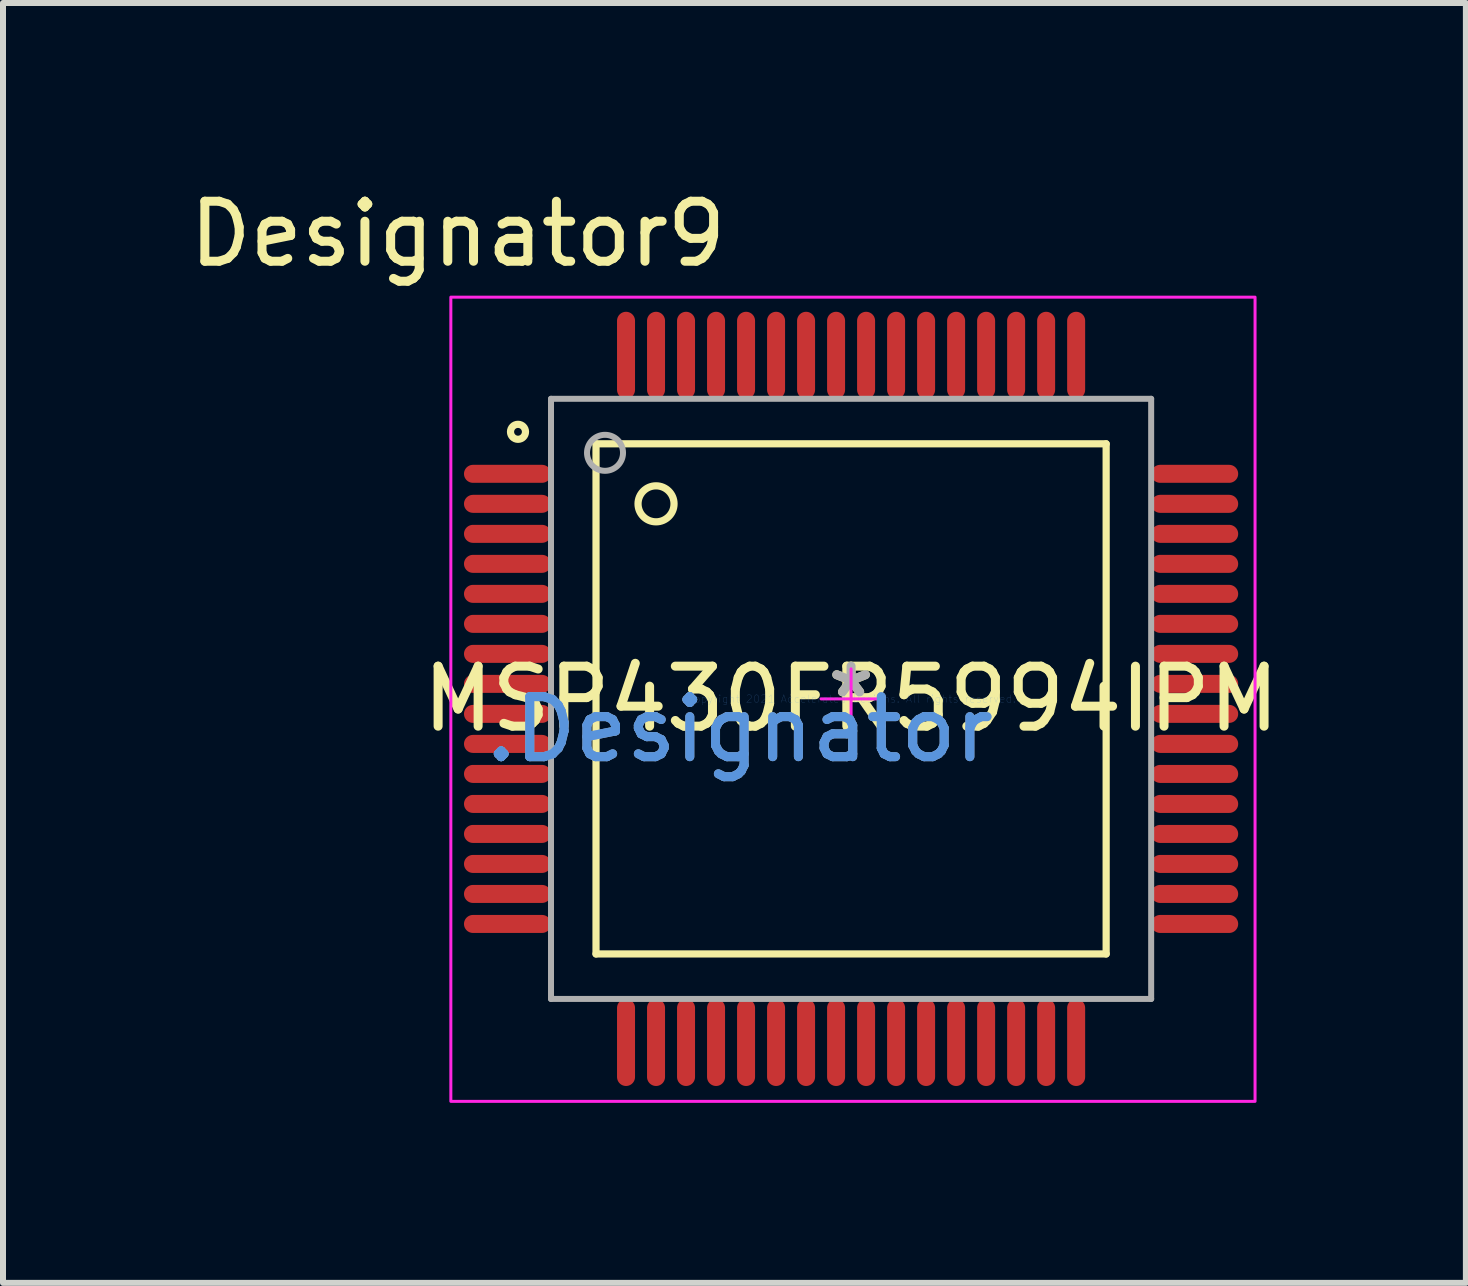
<source format=kicad_pcb>
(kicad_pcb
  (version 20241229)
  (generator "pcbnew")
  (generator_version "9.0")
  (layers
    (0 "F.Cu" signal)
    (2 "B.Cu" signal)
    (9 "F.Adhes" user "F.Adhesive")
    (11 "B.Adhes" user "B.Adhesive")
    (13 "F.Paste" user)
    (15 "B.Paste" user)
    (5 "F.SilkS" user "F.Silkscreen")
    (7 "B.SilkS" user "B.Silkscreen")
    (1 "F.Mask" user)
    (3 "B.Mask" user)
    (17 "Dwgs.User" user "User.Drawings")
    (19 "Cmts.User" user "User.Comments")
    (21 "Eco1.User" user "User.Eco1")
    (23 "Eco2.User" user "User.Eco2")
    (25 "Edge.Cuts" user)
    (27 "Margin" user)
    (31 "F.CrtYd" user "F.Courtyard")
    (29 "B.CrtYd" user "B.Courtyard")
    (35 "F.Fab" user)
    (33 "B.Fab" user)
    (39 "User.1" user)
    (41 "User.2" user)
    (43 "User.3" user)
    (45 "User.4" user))
  (footprint "MSP430FR5994IPM"
    (layer "F.Cu")
    (at 11.131 8.595)
    (property "Reference" "MSP430FR5994IPM" (at 0 0 0) (layer "F.SilkS") (effects (font (size 1 1) (thickness 0.15))))
    (attr through_hole)
    (fp_line (start -4.25 -4.25) (end 4.25 -4.25) (stroke (width 0.12) (type solid)) (layer "F.SilkS"))
    (fp_line (start -4.25 4.25) (end -4.25 -4.25) (stroke (width 0.12) (type solid)) (layer "F.SilkS"))
    (fp_line (start -4.25 4.25) (end 4.25 4.25) (stroke (width 0.12) (type solid)) (layer "F.SilkS"))
    (fp_line (start 4.25 4.25) (end 4.25 -4.25) (stroke (width 0.12) (type solid)) (layer "F.SilkS"))
    (fp_circle (center -5.55 -4.45) (end -5.425 -4.45) (stroke (width 0.12) (type solid)) (fill no) (layer "F.SilkS"))
    (fp_circle (center -3.25 -3.25) (end -2.95 -3.25) (stroke (width 0.12) (type solid)) (fill no) (layer "F.SilkS"))
    (fp_line (start -0.5 0) (end 0.5 0) (stroke (width 0.05) (type solid)) (layer "F.CrtYd"))
    (fp_line (start 0 0.5) (end 0 -0.5) (stroke (width 0.05) (type solid)) (layer "F.CrtYd"))
    (fp_rect (start -6.669 -6.694) (end 6.731 6.706) (stroke (width 0.05) (type solid)) (fill no) (layer "F.CrtYd"))
    (fp_line (start -5 -5) (end 5 -5) (stroke (width 0.1) (type solid)) (layer "F.Fab"))
    (fp_line (start -5 5) (end -5 -5) (stroke (width 0.1) (type solid)) (layer "F.Fab"))
    (fp_line (start -5 5) (end 5 5) (stroke (width 0.1) (type solid)) (layer "F.Fab"))
    (fp_line (start 5 5) (end 5 -5) (stroke (width 0.1) (type solid)) (layer "F.Fab"))
    (fp_circle (center -4.1 -4.1) (end -3.8 -4.1) (stroke (width 0.1) (type solid)) (fill no) (layer "F.Fab"))
    (fp_text user "*" (at 0 0 0) (layer "F.SilkS") (effects (font (size 1 1) (thickness 0.15))))
    (fp_text user "Designator9" (at -6.553 -7.747 0) (layer "F.SilkS") (effects (font (size 1 1) (thickness 0.15))))
    (fp_text user "Copyright 2021 Accelerated Designs. All rights reserved." (at 0 0 0) (layer "Cmts.User") (effects (font (size 0.127 0.127) (thickness 0.002))))
    (fp_text user ".Designator" (at -1.854 0.508 0) (layer "Cmts.User") (effects (font (size 1 1) (thickness 0.15))))
    (fp_text user "*" (at 0 0 0) (layer "F.Fab") (effects (font (size 1 1) (thickness 0.15))))
    (fp_text user ".Designator" (at -1.854 0.508 0) (layer "F.Fab") (effects (font (size 1 1) (thickness 0.15))))
    (pad "1" smd oval (at -5.725 -3.75 90) (size 0.3 1.45) (layers "F.Cu" "F.Mask" "F.Paste"))
    (pad "2" smd oval (at -5.725 -3.25 90) (size 0.3 1.45) (layers "F.Cu" "F.Mask" "F.Paste"))
    (pad "3" smd oval (at -5.725 -2.75 90) (size 0.3 1.45) (layers "F.Cu" "F.Mask" "F.Paste"))
    (pad "4" smd oval (at -5.725 -2.25 90) (size 0.3 1.45) (layers "F.Cu" "F.Mask" "F.Paste"))
    (pad "5" smd oval (at -5.725 -1.75 90) (size 0.3 1.45) (layers "F.Cu" "F.Mask" "F.Paste"))
    (pad "6" smd oval (at -5.725 -1.25 90) (size 0.3 1.45) (layers "F.Cu" "F.Mask" "F.Paste"))
    (pad "7" smd oval (at -5.725 -0.75 90) (size 0.3 1.45) (layers "F.Cu" "F.Mask" "F.Paste"))
    (pad "8" smd oval (at -5.725 -0.25 90) (size 0.3 1.45) (layers "F.Cu" "F.Mask" "F.Paste"))
    (pad "9" smd oval (at -5.725 0.25 90) (size 0.3 1.45) (layers "F.Cu" "F.Mask" "F.Paste"))
    (pad "10" smd oval (at -5.725 0.75 90) (size 0.3 1.45) (layers "F.Cu" "F.Mask" "F.Paste"))
    (pad "11" smd oval (at -5.725 1.25 90) (size 0.3 1.45) (layers "F.Cu" "F.Mask" "F.Paste"))
    (pad "12" smd oval (at -5.725 1.75 90) (size 0.3 1.45) (layers "F.Cu" "F.Mask" "F.Paste"))
    (pad "13" smd oval (at -5.725 2.25 90) (size 0.3 1.45) (layers "F.Cu" "F.Mask" "F.Paste"))
    (pad "14" smd oval (at -5.725 2.75 90) (size 0.3 1.45) (layers "F.Cu" "F.Mask" "F.Paste"))
    (pad "15" smd oval (at -5.725 3.25 90) (size 0.3 1.45) (layers "F.Cu" "F.Mask" "F.Paste"))
    (pad "16" smd oval (at -5.725 3.75 90) (size 0.3 1.45) (layers "F.Cu" "F.Mask" "F.Paste"))
    (pad "17" smd oval (at -3.75 5.725) (size 0.3 1.45) (layers "F.Cu" "F.Mask" "F.Paste"))
    (pad "18" smd oval (at -3.25 5.725) (size 0.3 1.45) (layers "F.Cu" "F.Mask" "F.Paste"))
    (pad "19" smd oval (at -2.75 5.725) (size 0.3 1.45) (layers "F.Cu" "F.Mask" "F.Paste"))
    (pad "20" smd oval (at -2.25 5.725) (size 0.3 1.45) (layers "F.Cu" "F.Mask" "F.Paste"))
    (pad "21" smd oval (at -1.75 5.725) (size 0.3 1.45) (layers "F.Cu" "F.Mask" "F.Paste"))
    (pad "22" smd oval (at -1.25 5.725) (size 0.3 1.45) (layers "F.Cu" "F.Mask" "F.Paste"))
    (pad "23" smd oval (at -0.75 5.725) (size 0.3 1.45) (layers "F.Cu" "F.Mask" "F.Paste"))
    (pad "24" smd oval (at -0.25 5.725) (size 0.3 1.45) (layers "F.Cu" "F.Mask" "F.Paste"))
    (pad "25" smd oval (at 0.25 5.725) (size 0.3 1.45) (layers "F.Cu" "F.Mask" "F.Paste"))
    (pad "26" smd oval (at 0.75 5.725) (size 0.3 1.45) (layers "F.Cu" "F.Mask" "F.Paste"))
    (pad "27" smd oval (at 1.25 5.725) (size 0.3 1.45) (layers "F.Cu" "F.Mask" "F.Paste"))
    (pad "28" smd oval (at 1.75 5.725) (size 0.3 1.45) (layers "F.Cu" "F.Mask" "F.Paste"))
    (pad "29" smd oval (at 2.25 5.725) (size 0.3 1.45) (layers "F.Cu" "F.Mask" "F.Paste"))
    (pad "30" smd oval (at 2.75 5.725) (size 0.3 1.45) (layers "F.Cu" "F.Mask" "F.Paste"))
    (pad "31" smd oval (at 3.25 5.725) (size 0.3 1.45) (layers "F.Cu" "F.Mask" "F.Paste"))
    (pad "32" smd oval (at 3.75 5.725) (size 0.3 1.45) (layers "F.Cu" "F.Mask" "F.Paste"))
    (pad "33" smd oval (at 5.725 3.75 90) (size 0.3 1.45) (layers "F.Cu" "F.Mask" "F.Paste"))
    (pad "34" smd oval (at 5.725 3.25 90) (size 0.3 1.45) (layers "F.Cu" "F.Mask" "F.Paste"))
    (pad "35" smd oval (at 5.725 2.75 90) (size 0.3 1.45) (layers "F.Cu" "F.Mask" "F.Paste"))
    (pad "36" smd oval (at 5.725 2.25 90) (size 0.3 1.45) (layers "F.Cu" "F.Mask" "F.Paste"))
    (pad "37" smd oval (at 5.725 1.75 90) (size 0.3 1.45) (layers "F.Cu" "F.Mask" "F.Paste"))
    (pad "38" smd oval (at 5.725 1.25 90) (size 0.3 1.45) (layers "F.Cu" "F.Mask" "F.Paste"))
    (pad "39" smd oval (at 5.725 0.75 90) (size 0.3 1.45) (layers "F.Cu" "F.Mask" "F.Paste"))
    (pad "40" smd oval (at 5.725 0.25 90) (size 0.3 1.45) (layers "F.Cu" "F.Mask" "F.Paste"))
    (pad "41" smd oval (at 5.725 -0.25 90) (size 0.3 1.45) (layers "F.Cu" "F.Mask" "F.Paste"))
    (pad "42" smd oval (at 5.725 -0.75 90) (size 0.3 1.45) (layers "F.Cu" "F.Mask" "F.Paste"))
    (pad "43" smd oval (at 5.725 -1.25 90) (size 0.3 1.45) (layers "F.Cu" "F.Mask" "F.Paste"))
    (pad "44" smd oval (at 5.725 -1.75 90) (size 0.3 1.45) (layers "F.Cu" "F.Mask" "F.Paste"))
    (pad "45" smd oval (at 5.725 -2.25 90) (size 0.3 1.45) (layers "F.Cu" "F.Mask" "F.Paste"))
    (pad "46" smd oval (at 5.725 -2.75 90) (size 0.3 1.45) (layers "F.Cu" "F.Mask" "F.Paste"))
    (pad "47" smd oval (at 5.725 -3.25 90) (size 0.3 1.45) (layers "F.Cu" "F.Mask" "F.Paste"))
    (pad "48" smd oval (at 5.725 -3.75 90) (size 0.3 1.45) (layers "F.Cu" "F.Mask" "F.Paste"))
    (pad "49" smd oval (at 3.75 -5.725) (size 0.3 1.45) (layers "F.Cu" "F.Mask" "F.Paste"))
    (pad "50" smd oval (at 3.25 -5.725) (size 0.3 1.45) (layers "F.Cu" "F.Mask" "F.Paste"))
    (pad "51" smd oval (at 2.75 -5.725) (size 0.3 1.45) (layers "F.Cu" "F.Mask" "F.Paste"))
    (pad "52" smd oval (at 2.25 -5.725) (size 0.3 1.45) (layers "F.Cu" "F.Mask" "F.Paste"))
    (pad "53" smd oval (at 1.75 -5.725) (size 0.3 1.45) (layers "F.Cu" "F.Mask" "F.Paste"))
    (pad "54" smd oval (at 1.25 -5.725) (size 0.3 1.45) (layers "F.Cu" "F.Mask" "F.Paste"))
    (pad "55" smd oval (at 0.75 -5.725) (size 0.3 1.45) (layers "F.Cu" "F.Mask" "F.Paste"))
    (pad "56" smd oval (at 0.25 -5.725) (size 0.3 1.45) (layers "F.Cu" "F.Mask" "F.Paste"))
    (pad "57" smd oval (at -0.25 -5.725) (size 0.3 1.45) (layers "F.Cu" "F.Mask" "F.Paste"))
    (pad "58" smd oval (at -0.75 -5.725) (size 0.3 1.45) (layers "F.Cu" "F.Mask" "F.Paste"))
    (pad "59" smd oval (at -1.25 -5.725) (size 0.3 1.45) (layers "F.Cu" "F.Mask" "F.Paste"))
    (pad "60" smd oval (at -1.75 -5.725) (size 0.3 1.45) (layers "F.Cu" "F.Mask" "F.Paste"))
    (pad "61" smd oval (at -2.25 -5.725) (size 0.3 1.45) (layers "F.Cu" "F.Mask" "F.Paste"))
    (pad "62" smd oval (at -2.75 -5.725) (size 0.3 1.45) (layers "F.Cu" "F.Mask" "F.Paste"))
    (pad "63" smd oval (at -3.25 -5.725) (size 0.3 1.45) (layers "F.Cu" "F.Mask" "F.Paste"))
    (pad "64" smd oval (at -3.75 -5.725) (size 0.3 1.45) (layers "F.Cu" "F.Mask" "F.Paste")))
  (gr_rect
    (start -3 -3)
    (end 21.375 18.326)
    (stroke (width 0.1) (type default))
    (fill no)
    (layer "Edge.Cuts")))
</source>
